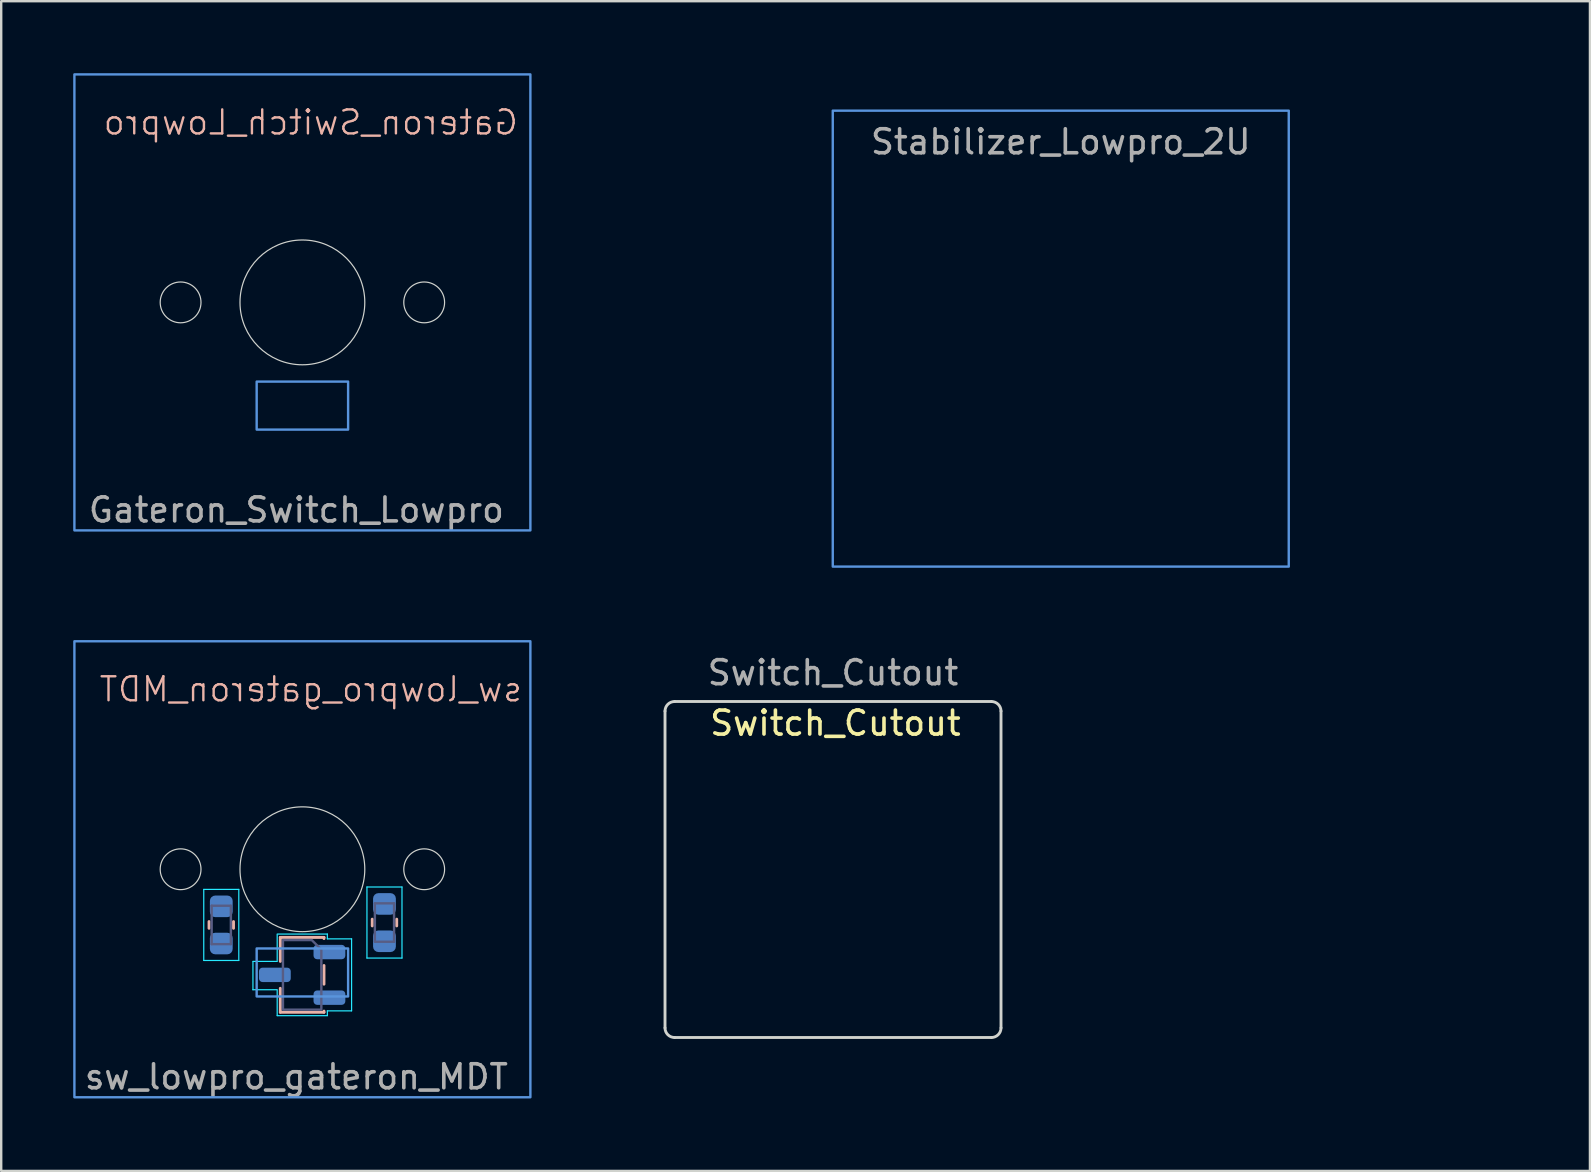
<source format=kicad_pcb>
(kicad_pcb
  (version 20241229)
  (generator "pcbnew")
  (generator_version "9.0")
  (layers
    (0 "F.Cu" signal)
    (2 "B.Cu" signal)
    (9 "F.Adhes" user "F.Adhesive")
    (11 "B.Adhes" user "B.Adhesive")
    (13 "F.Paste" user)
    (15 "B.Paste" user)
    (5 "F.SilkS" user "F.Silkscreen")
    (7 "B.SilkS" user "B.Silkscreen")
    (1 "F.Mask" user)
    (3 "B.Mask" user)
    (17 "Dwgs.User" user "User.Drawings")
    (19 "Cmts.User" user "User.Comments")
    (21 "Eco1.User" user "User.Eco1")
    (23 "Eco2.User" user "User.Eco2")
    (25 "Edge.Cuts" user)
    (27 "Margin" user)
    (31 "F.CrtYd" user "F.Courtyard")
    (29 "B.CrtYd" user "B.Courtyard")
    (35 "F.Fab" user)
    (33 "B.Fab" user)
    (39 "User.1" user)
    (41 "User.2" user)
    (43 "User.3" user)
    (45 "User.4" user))
  (footprint "Switch_Cutout"
    (layer "F.Cu")
    (at 31.66 33.181)
    (property "Reference" "Switch_Cutout" (at 0.1 -6.1 0) (layer "F.SilkS") (effects (font (size 1 1) (thickness 0.15))))
    (attr through_hole)
    (fp_line (start -7 -6.6) (end -7 6.6) (stroke (width 0.12) (type solid)) (layer "Edge.Cuts"))
    (fp_line (start -6.6 -7) (end 6.6 -7) (stroke (width 0.12) (type solid)) (layer "Edge.Cuts"))
    (fp_line (start -6.6 7) (end 6.6 7) (stroke (width 0.12) (type solid)) (layer "Edge.Cuts"))
    (fp_line (start 7 -6.6) (end 7 6.6) (stroke (width 0.12) (type solid)) (layer "Edge.Cuts"))
    (fp_arc (start -7 -6.6) (mid -6.882843 -6.882843) (end -6.6 -7) (stroke (width 0.12) (type solid)) (layer "Edge.Cuts"))
    (fp_arc (start -6.6 7) (mid -6.882843 6.882843) (end -7 6.6) (stroke (width 0.12) (type solid)) (layer "Edge.Cuts"))
    (fp_arc (start 6.6 -7) (mid 6.882843 -6.882843) (end 7 -6.6) (stroke (width 0.12) (type solid)) (layer "Edge.Cuts"))
    (fp_arc (start 7 6.6) (mid 6.882843 6.882843) (end 6.6 7) (stroke (width 0.12) (type solid)) (layer "Edge.Cuts"))
    (fp_rect (start 9.5 -9.5) (end -9.5 9.5) (stroke (width 0.12) (type solid)) (fill no) (layer "User.3"))
    (fp_text user "${REFERENCE}" (at 0 -8.2 0) (layer "F.Fab") (effects (font (size 1 1) (thickness 0.15)))))
  (footprint "Gateron_Switch_Lowpro"
    (layer "F.Cu")
    (at 9.55 9.55)
    (property "Reference" "Gateron_Switch_Lowpro" (at 0.35 -7.5 0) (unlocked yes) (layer "B.SilkS") (effects (font (size 1 1) (thickness 0.1)) (justify mirror)))
    (attr smd)
    (fp_rect (start -9.5 -9.5) (end 9.5 9.5) (stroke (width 0.1) (type solid)) (fill no) (layer "Cmts.User"))
    (fp_rect (start -1.905 3.3) (end 1.905 5.3) (stroke (width 0.1) (type solid)) (fill no) (layer "Cmts.User"))
    (fp_circle (center -5.075 0) (end -4.225 0) (stroke (width 0.05) (type solid)) (fill no) (layer "Edge.Cuts"))
    (fp_circle (center 0 0) (end 2.6 0) (stroke (width 0.05) (type solid)) (fill no) (layer "Edge.Cuts"))
    (fp_circle (center 5.075 0) (end 5.925 0) (stroke (width 0.05) (type solid)) (fill no) (layer "Edge.Cuts"))
    (fp_rect (start -2.5 -6) (end 2.5 -3.5) (stroke (width 0.1) (type solid)) (fill no) (layer "User.2"))
    (fp_line (start -7 -7) (end 7 -7) (stroke (width 0.1) (type solid)) (layer "User.4"))
    (fp_line (start -7 7) (end -7 -7) (stroke (width 0.1) (type solid)) (layer "User.4"))
    (fp_line (start 7 -7) (end 7 7) (stroke (width 0.1) (type solid)) (layer "User.4"))
    (fp_line (start 7 7) (end -7 7) (stroke (width 0.1) (type solid)) (layer "User.4"))
    (fp_text user "${REFERENCE}" (at -0.25 8.65 0) (unlocked yes) (layer "F.Fab") (effects (font (size 1 1) (thickness 0.15))))
    (zone (net_name "") (layers "F.Cu" "B.Cu") (hatch edge 0.5) (connect_pads) (min_thickness 0.25) (filled_areas_thickness no) (keepout (tracks allowed) (vias allowed) (pads allowed) (copperpour not_allowed) (footprints allowed)) (placement (enabled no)) (fill) (polygon (pts (xy 2.55 9.55) (xy 16.55 9.55) (xy 16.55 18.1) (xy 2.55 18.1))))
    (zone (net_name "") (layer "User.6") (hatch edge 0.5) (connect_pads) (min_thickness 0.25) (filled_areas_thickness no) (keepout (tracks allowed) (vias allowed) (pads allowed) (copperpour not_allowed) (footprints allowed)) (placement (enabled no)) (fill) (polygon (pts (xy 2.55 9.55) (xy 16.55 9.55) (xy 16.55 18.1) (xy 2.65 18.1)))))
  (footprint "sw_lowpro_gateron_MDT"
    (layer "F.Cu")
    (at 9.55 33.17)
    (property "Reference" "sw_lowpro_gateron_MDT" (at 0.35 -7.5 0) (unlocked yes) (layer "B.SilkS") (effects (font (size 1 1) (thickness 0.1)) (justify mirror)))
    (attr smd)
    (fp_line (start -3.89 2.179) (end -3.89 2.461) (stroke (width 0.12) (type solid)) (layer "B.SilkS"))
    (fp_line (start -2.87 2.179) (end -2.87 2.461) (stroke (width 0.12) (type solid)) (layer "B.SilkS"))
    (fp_line (start -0.92 2.84) (end -0.92 3.84) (stroke (width 0.12) (type solid)) (layer "B.SilkS"))
    (fp_line (start -0.92 4.96) (end -0.92 5.96) (stroke (width 0.12) (type solid)) (layer "B.SilkS"))
    (fp_line (start -0.92 5.96) (end 0.9 5.96) (stroke (width 0.12) (type solid)) (layer "B.SilkS"))
    (fp_line (start 0.9 2.84) (end -0.92 2.84) (stroke (width 0.12) (type solid)) (layer "B.SilkS"))
    (fp_line (start 0.9 2.89) (end 0.9 2.84) (stroke (width 0.12) (type solid)) (layer "B.SilkS"))
    (fp_line (start 0.9 4.79) (end 0.9 4.01) (stroke (width 0.12) (type solid)) (layer "B.SilkS"))
    (fp_line (start 0.9 5.96) (end 0.9 5.91) (stroke (width 0.12) (type solid)) (layer "B.SilkS"))
    (fp_line (start 2.91 2.361) (end 2.91 2.079) (stroke (width 0.12) (type solid)) (layer "B.SilkS"))
    (fp_line (start 3.93 2.361) (end 3.93 2.079) (stroke (width 0.12) (type solid)) (layer "B.SilkS"))
    (fp_rect (start -9.5 -9.5) (end 9.5 9.5) (stroke (width 0.1) (type solid)) (fill no) (layer "Cmts.User"))
    (fp_rect (start -1.905 3.3) (end 1.905 5.3) (stroke (width 0.1) (type solid)) (fill no) (layer "Cmts.User"))
    (fp_circle (center -5.075 0) (end -4.225 0) (stroke (width 0.05) (type solid)) (fill no) (layer "Edge.Cuts"))
    (fp_circle (center 0 0) (end 2.6 0) (stroke (width 0.05) (type solid)) (fill no) (layer "Edge.Cuts"))
    (fp_circle (center 5.075 0) (end 5.925 0) (stroke (width 0.05) (type solid)) (fill no) (layer "Edge.Cuts"))
    (fp_line (start -4.11 0.84) (end -4.11 3.8) (stroke (width 0.05) (type solid)) (layer "B.CrtYd"))
    (fp_line (start -4.11 3.8) (end -2.65 3.8) (stroke (width 0.05) (type solid)) (layer "B.CrtYd"))
    (fp_line (start -2.65 0.84) (end -4.11 0.84) (stroke (width 0.05) (type solid)) (layer "B.CrtYd"))
    (fp_line (start -2.65 3.8) (end -2.65 0.84) (stroke (width 0.05) (type solid)) (layer "B.CrtYd"))
    (fp_line (start -2.065 5.02) (end -1.075 5.02) (stroke (width 0.05) (type solid)) (layer "B.CrtYd"))
    (fp_line (start -2.06 3.84) (end -2.06 5.02) (stroke (width 0.05) (type solid)) (layer "B.CrtYd"))
    (fp_line (start -1.05 2.725) (end -1.05 3.8) (stroke (width 0.05) (type solid)) (layer "B.CrtYd"))
    (fp_line (start -1.05 5.02) (end -1.05 6.1) (stroke (width 0.05) (type solid)) (layer "B.CrtYd"))
    (fp_line (start -1.05 6.1) (end 1.04 6.1) (stroke (width 0.05) (type solid)) (layer "B.CrtYd"))
    (fp_line (start -1.045 3.84) (end -2.055 3.84) (stroke (width 0.05) (type solid)) (layer "B.CrtYd"))
    (fp_line (start 1.04 2.7) (end -1.05 2.7) (stroke (width 0.05) (type solid)) (layer "B.CrtYd"))
    (fp_line (start 1.04 2.9) (end 1.04 2.7) (stroke (width 0.05) (type solid)) (layer "B.CrtYd"))
    (fp_line (start 1.04 5.9) (end 2.05 5.9) (stroke (width 0.05) (type solid)) (layer "B.CrtYd"))
    (fp_line (start 1.04 6.1) (end 1.04 5.9) (stroke (width 0.05) (type solid)) (layer "B.CrtYd"))
    (fp_line (start 2.05 2.9) (end 1.04 2.9) (stroke (width 0.05) (type solid)) (layer "B.CrtYd"))
    (fp_line (start 2.05 5.9) (end 2.05 2.9) (stroke (width 0.05) (type solid)) (layer "B.CrtYd"))
    (fp_line (start 2.69 0.74) (end 2.69 3.7) (stroke (width 0.05) (type solid)) (layer "B.CrtYd"))
    (fp_line (start 2.69 3.7) (end 4.15 3.7) (stroke (width 0.05) (type solid)) (layer "B.CrtYd"))
    (fp_line (start 4.15 0.74) (end 2.69 0.74) (stroke (width 0.05) (type solid)) (layer "B.CrtYd"))
    (fp_line (start 4.15 3.7) (end 4.15 0.74) (stroke (width 0.05) (type solid)) (layer "B.CrtYd"))
    (fp_line (start -3.78 1.52) (end -3.78 3.12) (stroke (width 0.1) (type solid)) (layer "B.Fab"))
    (fp_line (start -3.78 3.12) (end -2.98 3.12) (stroke (width 0.1) (type solid)) (layer "B.Fab"))
    (fp_line (start -2.98 1.52) (end -3.78 1.52) (stroke (width 0.1) (type solid)) (layer "B.Fab"))
    (fp_line (start -2.98 3.12) (end -2.98 1.52) (stroke (width 0.1) (type solid)) (layer "B.Fab"))
    (fp_line (start 3.02 1.42) (end 3.02 3.02) (stroke (width 0.1) (type solid)) (layer "B.Fab"))
    (fp_line (start 3.02 3.02) (end 3.82 3.02) (stroke (width 0.1) (type solid)) (layer "B.Fab"))
    (fp_line (start 3.82 1.42) (end 3.02 1.42) (stroke (width 0.1) (type solid)) (layer "B.Fab"))
    (fp_line (start 3.82 3.02) (end 3.82 1.42) (stroke (width 0.1) (type solid)) (layer "B.Fab"))
    (fp_poly (pts (xy 0.79 3.35) (xy 0.79 5.85) (xy -0.81 5.85) (xy -0.81 2.95) (xy 0.39 2.95)) (stroke (width 0.1) (type solid)) (fill no) (layer "B.Fab"))
    (fp_rect (start -2.5 -6) (end 2.5 -3.5) (stroke (width 0.1) (type solid)) (fill no) (layer "User.2"))
    (fp_line (start -1.905 4.3) (end 1.905 4.3) (stroke (width 0.1) (type solid)) (layer "User.3"))
    (fp_line (start 0 3.25) (end 0 5.75) (stroke (width 0.1) (type solid)) (layer "User.3"))
    (fp_line (start -7 -7) (end 7 -7) (stroke (width 0.1) (type solid)) (layer "User.4"))
    (fp_line (start -7 7) (end -7 -7) (stroke (width 0.1) (type solid)) (layer "User.4"))
    (fp_line (start 7 -7) (end 7 7) (stroke (width 0.1) (type solid)) (layer "User.4"))
    (fp_line (start 7 7) (end -7 7) (stroke (width 0.1) (type solid)) (layer "User.4"))
    (fp_circle (center 0 4.5) (end 1.25 4.5) (stroke (width 0.1) (type solid)) (fill no) (layer "User.4"))
    (fp_text user "${REFERENCE}" (at -0.25 8.65 0) (unlocked yes) (layer "F.Fab") (effects (font (size 1 1) (thickness 0.15))))
    (pad "1" smd roundrect (at 1.127 3.45) (size 1.325 0.6) (layers "B.Cu" "B.Mask" "B.Paste") (roundrect_rratio 0.25))
    (pad "1" smd roundrect (at 3.42 3 270) (size 0.9 0.95) (layers "B.Cu" "B.Mask" "B.Paste") (roundrect_rratio 0.25))
    (pad "2" smd roundrect (at -3.38 3.095 90) (size 0.9 0.95) (layers "B.Cu" "B.Mask" "B.Paste") (roundrect_rratio 0.25))
    (pad "2" smd roundrect (at 1.127 5.35) (size 1.325 0.6) (layers "B.Cu" "B.Mask" "B.Paste") (roundrect_rratio 0.25))
    (pad "3" smd roundrect (at -3.38 1.545 90) (size 0.9 0.95) (layers "B.Cu" "B.Mask" "B.Paste") (roundrect_rratio 0.25))
    (pad "3" smd roundrect (at -1.147 4.4) (size 1.325 0.6) (layers "B.Cu" "B.Mask" "B.Paste") (roundrect_rratio 0.25))
    (pad "3" smd roundrect (at 3.42 1.445 270) (size 0.9 0.95) (layers "B.Cu" "B.Mask" "B.Paste") (roundrect_rratio 0.25))
    (zone (net_name "") (layers "F.Cu" "B.Cu") (hatch edge 0.5) (connect_pads) (min_thickness 0.25) (filled_areas_thickness no) (keepout (tracks allowed) (vias allowed) (pads allowed) (copperpour not_allowed) (footprints allowed)) (placement (enabled no)) (fill) (polygon (pts (xy 2.55 33.17) (xy 16.55 33.17) (xy 16.55 41.721) (xy 2.55 41.721))))
    (zone (net_name "") (layer "User.6") (hatch edge 0.5) (connect_pads) (min_thickness 0.25) (filled_areas_thickness no) (keepout (tracks allowed) (vias allowed) (pads allowed) (copperpour not_allowed) (footprints allowed)) (placement (enabled no)) (fill) (polygon (pts (xy 2.55 33.17) (xy 16.55 33.17) (xy 16.55 41.721) (xy 2.65 41.721)))))
  (footprint "Stabilizer_Lowpro_2U"
    (layer "F.Cu")
    (at 41.15 11.06)
    (property "Reference" "Stabilizer_Lowpro_2U" (at -0.1 -10.3 0) (unlocked yes) (layer "Eco1.User") (effects (font (size 1 1) (thickness 0.1))))
    (attr smd)
    (fp_rect (start -9.5 -9.5) (end 9.5 9.5) (stroke (width 0.1) (type solid)) (fill no) (layer "Cmts.User"))
    (fp_rect (start -19 -9.5) (end 19 9.5) (stroke (width 0.1) (type default)) (fill no) (layer "User.2"))
    (fp_line (start -15 -9.5) (end -15 5.33) (stroke (width 0.12) (type solid)) (layer "User.3"))
    (fp_line (start -14.6 5.73) (end -9.4 5.73) (stroke (width 0.12) (type solid)) (layer "User.3"))
    (fp_line (start -14.6 -9.97) (end -9.4 -9.97) (stroke (width 0.12) (type solid)) (layer "User.3"))
    (fp_line (start -9 -9.5) (end -9 5.33) (stroke (width 0.12) (type solid)) (layer "User.3"))
    (fp_line (start 9 -9.5) (end 9 5.33) (stroke (width 0.12) (type solid)) (layer "User.3"))
    (fp_line (start 9.4 5.73) (end 14.6 5.73) (stroke (width 0.12) (type solid)) (layer "User.3"))
    (fp_line (start 14.6 -9.9) (end 9.4 -9.9) (stroke (width 0.12) (type solid)) (layer "User.3"))
    (fp_line (start 15 -9.5) (end 15 5.33) (stroke (width 0.12) (type solid)) (layer "User.3"))
    (fp_rect (start 9.5 -9.5) (end -9.5 9.5) (stroke (width 0.12) (type solid)) (fill no) (layer "User.3"))
    (fp_arc (start -15 -9.57) (mid -14.882842 -9.852843) (end -14.599999 -9.97) (stroke (width 0.12) (type solid)) (layer "User.3"))
    (fp_arc (start -14.6 5.73) (mid -14.882843 5.612843) (end -15 5.33) (stroke (width 0.12) (type solid)) (layer "User.3"))
    (fp_arc (start -9.4 -9.97) (mid -9.117157 -9.852842) (end -9 -9.569999) (stroke (width 0.12) (type solid)) (layer "User.3"))
    (fp_arc (start -9 5.33) (mid -9.117157 5.612843) (end -9.4 5.73) (stroke (width 0.12) (type solid)) (layer "User.3"))
    (fp_arc (start 9 -9.5) (mid 9.117157 -9.782843) (end 9.4 -9.9) (stroke (width 0.12) (type solid)) (layer "User.3"))
    (fp_arc (start 9.4 5.73) (mid 9.117157 5.612843) (end 9 5.33) (stroke (width 0.12) (type solid)) (layer "User.3"))
    (fp_arc (start 14.6 -9.9) (mid 14.882843 -9.782843) (end 15 -9.5) (stroke (width 0.12) (type solid)) (layer "User.3"))
    (fp_arc (start 15 5.33) (mid 14.882843 5.612843) (end 14.6 5.73) (stroke (width 0.12) (type solid)) (layer "User.3"))
    (fp_text user "${REFERENCE}" (at 0 -8.2 0) (layer "F.Fab") (effects (font (size 1 1) (thickness 0.15)))))
  (gr_rect
    (start -3 -3)
    (end 63.2 45.74)
    (stroke (width 0.1) (type default))
    (fill no)
    (layer "Edge.Cuts")))
</source>
